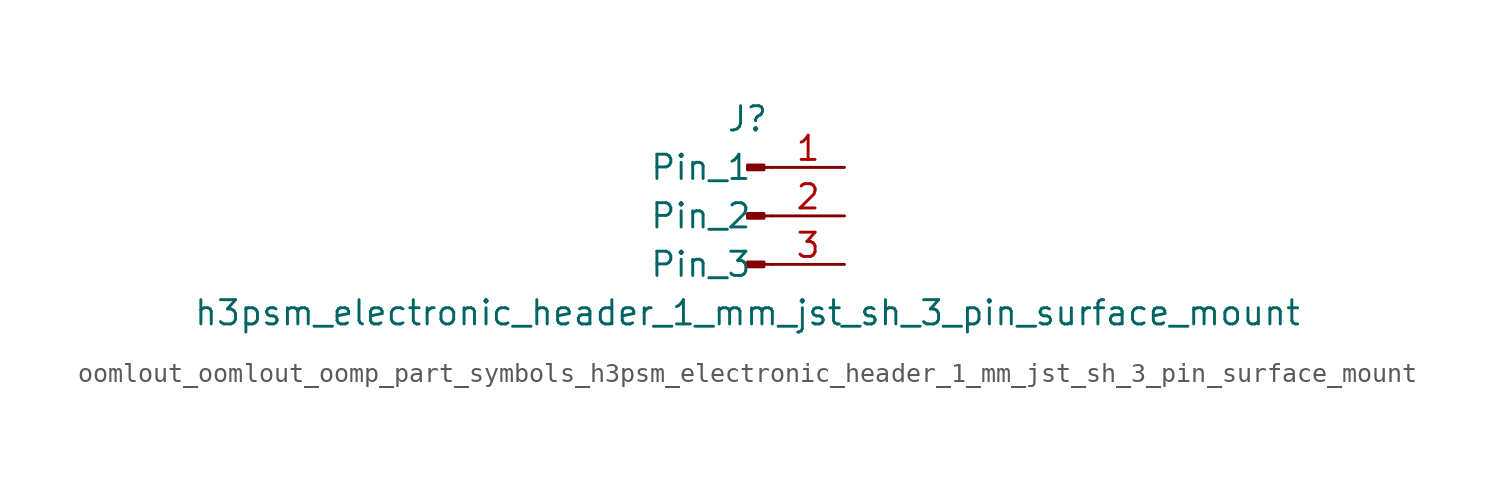
<source format=kicad_sym>
(kicad_symbol_lib
  (version 20220914)
  (generator kicad_symbol_editor)
  (symbol "oomlout_oomlout_oomp_part_symbols_h3psm_electronic_header_1_mm_jst_sh_3_pin_surface_mount"
    (pin_names
      (offset 1.016))
    (property "Reference" "J"
      (at 0 5.08 0)
      (effects (font (size 1.27 1.27))))
    (property "Value" "h3psm_electronic_header_1_mm_jst_sh_3_pin_surface_mount"
      (at 0 -5.08 0)
      (effects (font (size 1.27 1.27))))
    (property "ki_locked" ""
      (at 0 0 0)
      (effects (font (size 1.27 1.27))))
    (symbol "oomlout_oomlout_oomp_part_symbols_h3psm_electronic_header_1_mm_jst_sh_3_pin_surface_mount_1_1"
      (polyline (pts (xy 1.27 -2.54) (xy 0.864 -2.54)) (stroke (width 0.152) (type default)) (fill (type none)))
      (polyline (pts (xy 1.27 0) (xy 0.864 0)) (stroke (width 0.152) (type default)) (fill (type none)))
      (polyline (pts (xy 1.27 2.54) (xy 0.864 2.54)) (stroke (width 0.152) (type default)) (fill (type none)))
      (rectangle (start 0.864 -2.413) (end 0 -2.667) (stroke (width 0.152) (type default)) (fill (type outline)))
      (rectangle (start 0.864 0.127) (end 0 -0.127) (stroke (width 0.152) (type default)) (fill (type outline)))
      (rectangle (start 0.864 2.667) (end 0 2.413) (stroke (width 0.152) (type default)) (fill (type outline)))
      (pin passive line (at 5.08 2.54 180) (length 3.81) (name "Pin_1" (effects (font (size 1.27 1.27)))) (number "1" (effects (font (size 1.27 1.27)))))
      (pin passive line (at 5.08 0 180) (length 3.81) (name "Pin_2" (effects (font (size 1.27 1.27)))) (number "2" (effects (font (size 1.27 1.27)))))
      (pin passive line (at 5.08 -2.54 180) (length 3.81) (name "Pin_3" (effects (font (size 1.27 1.27)))) (number "3" (effects (font (size 1.27 1.27))))))))
</source>
